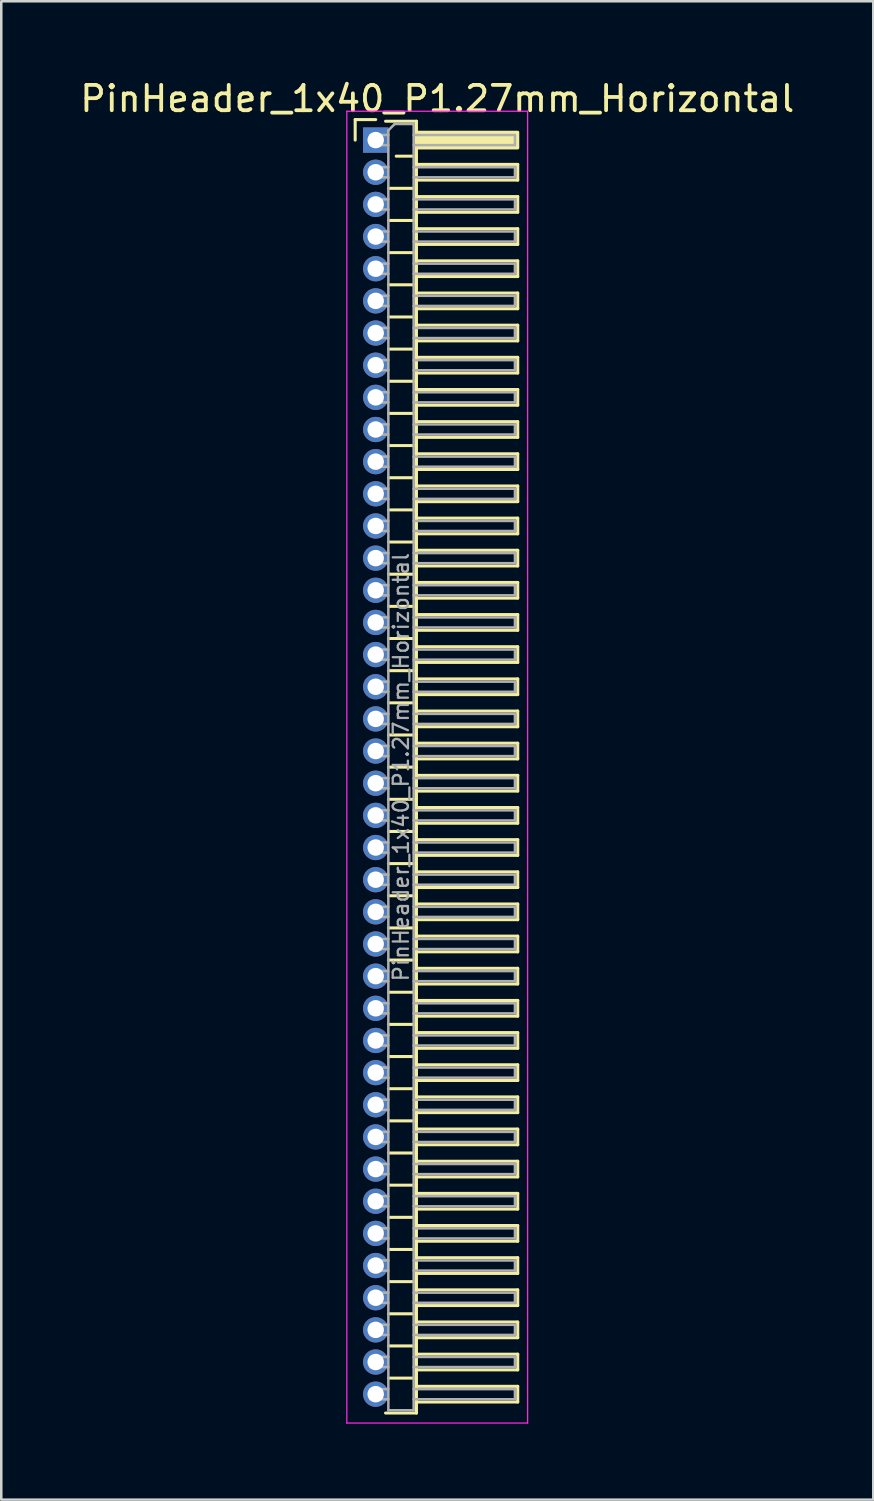
<source format=kicad_pcb>
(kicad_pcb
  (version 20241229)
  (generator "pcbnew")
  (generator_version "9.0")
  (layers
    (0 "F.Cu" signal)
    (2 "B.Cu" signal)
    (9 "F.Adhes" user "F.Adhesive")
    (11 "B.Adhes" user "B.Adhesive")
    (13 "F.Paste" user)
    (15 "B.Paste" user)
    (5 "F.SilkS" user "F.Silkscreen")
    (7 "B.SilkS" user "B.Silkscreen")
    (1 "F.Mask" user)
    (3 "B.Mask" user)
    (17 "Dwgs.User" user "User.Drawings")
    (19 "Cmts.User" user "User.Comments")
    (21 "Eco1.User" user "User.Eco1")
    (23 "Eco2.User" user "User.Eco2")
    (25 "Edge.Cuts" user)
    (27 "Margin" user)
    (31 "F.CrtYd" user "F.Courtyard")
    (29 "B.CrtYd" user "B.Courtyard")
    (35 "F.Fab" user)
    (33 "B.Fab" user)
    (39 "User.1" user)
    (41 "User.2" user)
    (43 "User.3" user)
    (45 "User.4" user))
  (footprint "PinHeader_1x40_P1.27mm_Horizontal"
    (layer "F.Cu")
    (at 11.788 2.483)
    (property "Reference" "PinHeader_1x40_P1.27mm_Horizontal" (at 2.433 -1.635 0) (layer "F.SilkS") (effects (font (size 1 1) (thickness 0.15))))
    (attr through_hole)
    (fp_line (start -0.81 -0.81) (end 0 -0.81) (stroke (width 0.12) (type solid)) (layer "F.SilkS"))
    (fp_line (start -0.81 0) (end -0.81 -0.81) (stroke (width 0.12) (type solid)) (layer "F.SilkS"))
    (fp_line (start 0.39 -0.745) (end 1.61 -0.745) (stroke (width 0.12) (type solid)) (layer "F.SilkS"))
    (fp_line (start 0.503 1.905) (end 1.61 1.905) (stroke (width 0.12) (type solid)) (layer "F.SilkS"))
    (fp_line (start 0.503 3.175) (end 1.61 3.175) (stroke (width 0.12) (type solid)) (layer "F.SilkS"))
    (fp_line (start 0.503 4.445) (end 1.61 4.445) (stroke (width 0.12) (type solid)) (layer "F.SilkS"))
    (fp_line (start 0.503 5.715) (end 1.61 5.715) (stroke (width 0.12) (type solid)) (layer "F.SilkS"))
    (fp_line (start 0.503 6.985) (end 1.61 6.985) (stroke (width 0.12) (type solid)) (layer "F.SilkS"))
    (fp_line (start 0.503 8.255) (end 1.61 8.255) (stroke (width 0.12) (type solid)) (layer "F.SilkS"))
    (fp_line (start 0.503 9.525) (end 1.61 9.525) (stroke (width 0.12) (type solid)) (layer "F.SilkS"))
    (fp_line (start 0.503 10.795) (end 1.61 10.795) (stroke (width 0.12) (type solid)) (layer "F.SilkS"))
    (fp_line (start 0.503 12.065) (end 1.61 12.065) (stroke (width 0.12) (type solid)) (layer "F.SilkS"))
    (fp_line (start 0.503 13.335) (end 1.61 13.335) (stroke (width 0.12) (type solid)) (layer "F.SilkS"))
    (fp_line (start 0.503 14.605) (end 1.61 14.605) (stroke (width 0.12) (type solid)) (layer "F.SilkS"))
    (fp_line (start 0.503 15.875) (end 1.61 15.875) (stroke (width 0.12) (type solid)) (layer "F.SilkS"))
    (fp_line (start 0.503 17.145) (end 1.61 17.145) (stroke (width 0.12) (type solid)) (layer "F.SilkS"))
    (fp_line (start 0.503 18.415) (end 1.61 18.415) (stroke (width 0.12) (type solid)) (layer "F.SilkS"))
    (fp_line (start 0.503 19.685) (end 1.61 19.685) (stroke (width 0.12) (type solid)) (layer "F.SilkS"))
    (fp_line (start 0.503 20.955) (end 1.61 20.955) (stroke (width 0.12) (type solid)) (layer "F.SilkS"))
    (fp_line (start 0.503 22.225) (end 1.61 22.225) (stroke (width 0.12) (type solid)) (layer "F.SilkS"))
    (fp_line (start 0.503 23.495) (end 1.61 23.495) (stroke (width 0.12) (type solid)) (layer "F.SilkS"))
    (fp_line (start 0.503 24.765) (end 1.61 24.765) (stroke (width 0.12) (type solid)) (layer "F.SilkS"))
    (fp_line (start 0.503 26.035) (end 1.61 26.035) (stroke (width 0.12) (type solid)) (layer "F.SilkS"))
    (fp_line (start 0.503 27.305) (end 1.61 27.305) (stroke (width 0.12) (type solid)) (layer "F.SilkS"))
    (fp_line (start 0.503 28.575) (end 1.61 28.575) (stroke (width 0.12) (type solid)) (layer "F.SilkS"))
    (fp_line (start 0.503 29.845) (end 1.61 29.845) (stroke (width 0.12) (type solid)) (layer "F.SilkS"))
    (fp_line (start 0.503 31.115) (end 1.61 31.115) (stroke (width 0.12) (type solid)) (layer "F.SilkS"))
    (fp_line (start 0.503 32.385) (end 1.61 32.385) (stroke (width 0.12) (type solid)) (layer "F.SilkS"))
    (fp_line (start 0.503 33.655) (end 1.61 33.655) (stroke (width 0.12) (type solid)) (layer "F.SilkS"))
    (fp_line (start 0.503 34.925) (end 1.61 34.925) (stroke (width 0.12) (type solid)) (layer "F.SilkS"))
    (fp_line (start 0.503 36.195) (end 1.61 36.195) (stroke (width 0.12) (type solid)) (layer "F.SilkS"))
    (fp_line (start 0.503 37.465) (end 1.61 37.465) (stroke (width 0.12) (type solid)) (layer "F.SilkS"))
    (fp_line (start 0.503 38.735) (end 1.61 38.735) (stroke (width 0.12) (type solid)) (layer "F.SilkS"))
    (fp_line (start 0.503 40.005) (end 1.61 40.005) (stroke (width 0.12) (type solid)) (layer "F.SilkS"))
    (fp_line (start 0.503 41.275) (end 1.61 41.275) (stroke (width 0.12) (type solid)) (layer "F.SilkS"))
    (fp_line (start 0.503 42.545) (end 1.61 42.545) (stroke (width 0.12) (type solid)) (layer "F.SilkS"))
    (fp_line (start 0.503 43.815) (end 1.61 43.815) (stroke (width 0.12) (type solid)) (layer "F.SilkS"))
    (fp_line (start 0.503 45.085) (end 1.61 45.085) (stroke (width 0.12) (type solid)) (layer "F.SilkS"))
    (fp_line (start 0.503 46.355) (end 1.61 46.355) (stroke (width 0.12) (type solid)) (layer "F.SilkS"))
    (fp_line (start 0.503 47.625) (end 1.61 47.625) (stroke (width 0.12) (type solid)) (layer "F.SilkS"))
    (fp_line (start 0.503 48.895) (end 1.61 48.895) (stroke (width 0.12) (type solid)) (layer "F.SilkS"))
    (fp_line (start 0.81 0.635) (end 1.61 0.635) (stroke (width 0.12) (type solid)) (layer "F.SilkS"))
    (fp_line (start 1.61 -0.745) (end 1.61 50.275) (stroke (width 0.12) (type solid)) (layer "F.SilkS"))
    (fp_line (start 1.61 0.96) (end 5.61 0.96) (stroke (width 0.12) (type solid)) (layer "F.SilkS"))
    (fp_line (start 1.61 2.23) (end 5.61 2.23) (stroke (width 0.12) (type solid)) (layer "F.SilkS"))
    (fp_line (start 1.61 3.5) (end 5.61 3.5) (stroke (width 0.12) (type solid)) (layer "F.SilkS"))
    (fp_line (start 1.61 4.77) (end 5.61 4.77) (stroke (width 0.12) (type solid)) (layer "F.SilkS"))
    (fp_line (start 1.61 6.04) (end 5.61 6.04) (stroke (width 0.12) (type solid)) (layer "F.SilkS"))
    (fp_line (start 1.61 7.31) (end 5.61 7.31) (stroke (width 0.12) (type solid)) (layer "F.SilkS"))
    (fp_line (start 1.61 8.58) (end 5.61 8.58) (stroke (width 0.12) (type solid)) (layer "F.SilkS"))
    (fp_line (start 1.61 9.85) (end 5.61 9.85) (stroke (width 0.12) (type solid)) (layer "F.SilkS"))
    (fp_line (start 1.61 11.12) (end 5.61 11.12) (stroke (width 0.12) (type solid)) (layer "F.SilkS"))
    (fp_line (start 1.61 12.39) (end 5.61 12.39) (stroke (width 0.12) (type solid)) (layer "F.SilkS"))
    (fp_line (start 1.61 13.66) (end 5.61 13.66) (stroke (width 0.12) (type solid)) (layer "F.SilkS"))
    (fp_line (start 1.61 14.93) (end 5.61 14.93) (stroke (width 0.12) (type solid)) (layer "F.SilkS"))
    (fp_line (start 1.61 16.2) (end 5.61 16.2) (stroke (width 0.12) (type solid)) (layer "F.SilkS"))
    (fp_line (start 1.61 17.47) (end 5.61 17.47) (stroke (width 0.12) (type solid)) (layer "F.SilkS"))
    (fp_line (start 1.61 18.74) (end 5.61 18.74) (stroke (width 0.12) (type solid)) (layer "F.SilkS"))
    (fp_line (start 1.61 20.01) (end 5.61 20.01) (stroke (width 0.12) (type solid)) (layer "F.SilkS"))
    (fp_line (start 1.61 21.28) (end 5.61 21.28) (stroke (width 0.12) (type solid)) (layer "F.SilkS"))
    (fp_line (start 1.61 22.55) (end 5.61 22.55) (stroke (width 0.12) (type solid)) (layer "F.SilkS"))
    (fp_line (start 1.61 23.82) (end 5.61 23.82) (stroke (width 0.12) (type solid)) (layer "F.SilkS"))
    (fp_line (start 1.61 25.09) (end 5.61 25.09) (stroke (width 0.12) (type solid)) (layer "F.SilkS"))
    (fp_line (start 1.61 26.36) (end 5.61 26.36) (stroke (width 0.12) (type solid)) (layer "F.SilkS"))
    (fp_line (start 1.61 27.63) (end 5.61 27.63) (stroke (width 0.12) (type solid)) (layer "F.SilkS"))
    (fp_line (start 1.61 28.9) (end 5.61 28.9) (stroke (width 0.12) (type solid)) (layer "F.SilkS"))
    (fp_line (start 1.61 30.17) (end 5.61 30.17) (stroke (width 0.12) (type solid)) (layer "F.SilkS"))
    (fp_line (start 1.61 31.44) (end 5.61 31.44) (stroke (width 0.12) (type solid)) (layer "F.SilkS"))
    (fp_line (start 1.61 32.71) (end 5.61 32.71) (stroke (width 0.12) (type solid)) (layer "F.SilkS"))
    (fp_line (start 1.61 33.98) (end 5.61 33.98) (stroke (width 0.12) (type solid)) (layer "F.SilkS"))
    (fp_line (start 1.61 35.25) (end 5.61 35.25) (stroke (width 0.12) (type solid)) (layer "F.SilkS"))
    (fp_line (start 1.61 36.52) (end 5.61 36.52) (stroke (width 0.12) (type solid)) (layer "F.SilkS"))
    (fp_line (start 1.61 37.79) (end 5.61 37.79) (stroke (width 0.12) (type solid)) (layer "F.SilkS"))
    (fp_line (start 1.61 39.06) (end 5.61 39.06) (stroke (width 0.12) (type solid)) (layer "F.SilkS"))
    (fp_line (start 1.61 40.33) (end 5.61 40.33) (stroke (width 0.12) (type solid)) (layer "F.SilkS"))
    (fp_line (start 1.61 41.6) (end 5.61 41.6) (stroke (width 0.12) (type solid)) (layer "F.SilkS"))
    (fp_line (start 1.61 42.87) (end 5.61 42.87) (stroke (width 0.12) (type solid)) (layer "F.SilkS"))
    (fp_line (start 1.61 44.14) (end 5.61 44.14) (stroke (width 0.12) (type solid)) (layer "F.SilkS"))
    (fp_line (start 1.61 45.41) (end 5.61 45.41) (stroke (width 0.12) (type solid)) (layer "F.SilkS"))
    (fp_line (start 1.61 46.68) (end 5.61 46.68) (stroke (width 0.12) (type solid)) (layer "F.SilkS"))
    (fp_line (start 1.61 47.95) (end 5.61 47.95) (stroke (width 0.12) (type solid)) (layer "F.SilkS"))
    (fp_line (start 1.61 49.22) (end 5.61 49.22) (stroke (width 0.12) (type solid)) (layer "F.SilkS"))
    (fp_line (start 1.61 50.275) (end 0.39 50.275) (stroke (width 0.12) (type solid)) (layer "F.SilkS"))
    (fp_line (start 5.61 0.96) (end 5.61 1.58) (stroke (width 0.12) (type solid)) (layer "F.SilkS"))
    (fp_line (start 5.61 1.58) (end 1.61 1.58) (stroke (width 0.12) (type solid)) (layer "F.SilkS"))
    (fp_line (start 5.61 2.23) (end 5.61 2.85) (stroke (width 0.12) (type solid)) (layer "F.SilkS"))
    (fp_line (start 5.61 2.85) (end 1.61 2.85) (stroke (width 0.12) (type solid)) (layer "F.SilkS"))
    (fp_line (start 5.61 3.5) (end 5.61 4.12) (stroke (width 0.12) (type solid)) (layer "F.SilkS"))
    (fp_line (start 5.61 4.12) (end 1.61 4.12) (stroke (width 0.12) (type solid)) (layer "F.SilkS"))
    (fp_line (start 5.61 4.77) (end 5.61 5.39) (stroke (width 0.12) (type solid)) (layer "F.SilkS"))
    (fp_line (start 5.61 5.39) (end 1.61 5.39) (stroke (width 0.12) (type solid)) (layer "F.SilkS"))
    (fp_line (start 5.61 6.04) (end 5.61 6.66) (stroke (width 0.12) (type solid)) (layer "F.SilkS"))
    (fp_line (start 5.61 6.66) (end 1.61 6.66) (stroke (width 0.12) (type solid)) (layer "F.SilkS"))
    (fp_line (start 5.61 7.31) (end 5.61 7.93) (stroke (width 0.12) (type solid)) (layer "F.SilkS"))
    (fp_line (start 5.61 7.93) (end 1.61 7.93) (stroke (width 0.12) (type solid)) (layer "F.SilkS"))
    (fp_line (start 5.61 8.58) (end 5.61 9.2) (stroke (width 0.12) (type solid)) (layer "F.SilkS"))
    (fp_line (start 5.61 9.2) (end 1.61 9.2) (stroke (width 0.12) (type solid)) (layer "F.SilkS"))
    (fp_line (start 5.61 9.85) (end 5.61 10.47) (stroke (width 0.12) (type solid)) (layer "F.SilkS"))
    (fp_line (start 5.61 10.47) (end 1.61 10.47) (stroke (width 0.12) (type solid)) (layer "F.SilkS"))
    (fp_line (start 5.61 11.12) (end 5.61 11.74) (stroke (width 0.12) (type solid)) (layer "F.SilkS"))
    (fp_line (start 5.61 11.74) (end 1.61 11.74) (stroke (width 0.12) (type solid)) (layer "F.SilkS"))
    (fp_line (start 5.61 12.39) (end 5.61 13.01) (stroke (width 0.12) (type solid)) (layer "F.SilkS"))
    (fp_line (start 5.61 13.01) (end 1.61 13.01) (stroke (width 0.12) (type solid)) (layer "F.SilkS"))
    (fp_line (start 5.61 13.66) (end 5.61 14.28) (stroke (width 0.12) (type solid)) (layer "F.SilkS"))
    (fp_line (start 5.61 14.28) (end 1.61 14.28) (stroke (width 0.12) (type solid)) (layer "F.SilkS"))
    (fp_line (start 5.61 14.93) (end 5.61 15.55) (stroke (width 0.12) (type solid)) (layer "F.SilkS"))
    (fp_line (start 5.61 15.55) (end 1.61 15.55) (stroke (width 0.12) (type solid)) (layer "F.SilkS"))
    (fp_line (start 5.61 16.2) (end 5.61 16.82) (stroke (width 0.12) (type solid)) (layer "F.SilkS"))
    (fp_line (start 5.61 16.82) (end 1.61 16.82) (stroke (width 0.12) (type solid)) (layer "F.SilkS"))
    (fp_line (start 5.61 17.47) (end 5.61 18.09) (stroke (width 0.12) (type solid)) (layer "F.SilkS"))
    (fp_line (start 5.61 18.09) (end 1.61 18.09) (stroke (width 0.12) (type solid)) (layer "F.SilkS"))
    (fp_line (start 5.61 18.74) (end 5.61 19.36) (stroke (width 0.12) (type solid)) (layer "F.SilkS"))
    (fp_line (start 5.61 19.36) (end 1.61 19.36) (stroke (width 0.12) (type solid)) (layer "F.SilkS"))
    (fp_line (start 5.61 20.01) (end 5.61 20.63) (stroke (width 0.12) (type solid)) (layer "F.SilkS"))
    (fp_line (start 5.61 20.63) (end 1.61 20.63) (stroke (width 0.12) (type solid)) (layer "F.SilkS"))
    (fp_line (start 5.61 21.28) (end 5.61 21.9) (stroke (width 0.12) (type solid)) (layer "F.SilkS"))
    (fp_line (start 5.61 21.9) (end 1.61 21.9) (stroke (width 0.12) (type solid)) (layer "F.SilkS"))
    (fp_line (start 5.61 22.55) (end 5.61 23.17) (stroke (width 0.12) (type solid)) (layer "F.SilkS"))
    (fp_line (start 5.61 23.17) (end 1.61 23.17) (stroke (width 0.12) (type solid)) (layer "F.SilkS"))
    (fp_line (start 5.61 23.82) (end 5.61 24.44) (stroke (width 0.12) (type solid)) (layer "F.SilkS"))
    (fp_line (start 5.61 24.44) (end 1.61 24.44) (stroke (width 0.12) (type solid)) (layer "F.SilkS"))
    (fp_line (start 5.61 25.09) (end 5.61 25.71) (stroke (width 0.12) (type solid)) (layer "F.SilkS"))
    (fp_line (start 5.61 25.71) (end 1.61 25.71) (stroke (width 0.12) (type solid)) (layer "F.SilkS"))
    (fp_line (start 5.61 26.36) (end 5.61 26.98) (stroke (width 0.12) (type solid)) (layer "F.SilkS"))
    (fp_line (start 5.61 26.98) (end 1.61 26.98) (stroke (width 0.12) (type solid)) (layer "F.SilkS"))
    (fp_line (start 5.61 27.63) (end 5.61 28.25) (stroke (width 0.12) (type solid)) (layer "F.SilkS"))
    (fp_line (start 5.61 28.25) (end 1.61 28.25) (stroke (width 0.12) (type solid)) (layer "F.SilkS"))
    (fp_line (start 5.61 28.9) (end 5.61 29.52) (stroke (width 0.12) (type solid)) (layer "F.SilkS"))
    (fp_line (start 5.61 29.52) (end 1.61 29.52) (stroke (width 0.12) (type solid)) (layer "F.SilkS"))
    (fp_line (start 5.61 30.17) (end 5.61 30.79) (stroke (width 0.12) (type solid)) (layer "F.SilkS"))
    (fp_line (start 5.61 30.79) (end 1.61 30.79) (stroke (width 0.12) (type solid)) (layer "F.SilkS"))
    (fp_line (start 5.61 31.44) (end 5.61 32.06) (stroke (width 0.12) (type solid)) (layer "F.SilkS"))
    (fp_line (start 5.61 32.06) (end 1.61 32.06) (stroke (width 0.12) (type solid)) (layer "F.SilkS"))
    (fp_line (start 5.61 32.71) (end 5.61 33.33) (stroke (width 0.12) (type solid)) (layer "F.SilkS"))
    (fp_line (start 5.61 33.33) (end 1.61 33.33) (stroke (width 0.12) (type solid)) (layer "F.SilkS"))
    (fp_line (start 5.61 33.98) (end 5.61 34.6) (stroke (width 0.12) (type solid)) (layer "F.SilkS"))
    (fp_line (start 5.61 34.6) (end 1.61 34.6) (stroke (width 0.12) (type solid)) (layer "F.SilkS"))
    (fp_line (start 5.61 35.25) (end 5.61 35.87) (stroke (width 0.12) (type solid)) (layer "F.SilkS"))
    (fp_line (start 5.61 35.87) (end 1.61 35.87) (stroke (width 0.12) (type solid)) (layer "F.SilkS"))
    (fp_line (start 5.61 36.52) (end 5.61 37.14) (stroke (width 0.12) (type solid)) (layer "F.SilkS"))
    (fp_line (start 5.61 37.14) (end 1.61 37.14) (stroke (width 0.12) (type solid)) (layer "F.SilkS"))
    (fp_line (start 5.61 37.79) (end 5.61 38.41) (stroke (width 0.12) (type solid)) (layer "F.SilkS"))
    (fp_line (start 5.61 38.41) (end 1.61 38.41) (stroke (width 0.12) (type solid)) (layer "F.SilkS"))
    (fp_line (start 5.61 39.06) (end 5.61 39.68) (stroke (width 0.12) (type solid)) (layer "F.SilkS"))
    (fp_line (start 5.61 39.68) (end 1.61 39.68) (stroke (width 0.12) (type solid)) (layer "F.SilkS"))
    (fp_line (start 5.61 40.33) (end 5.61 40.95) (stroke (width 0.12) (type solid)) (layer "F.SilkS"))
    (fp_line (start 5.61 40.95) (end 1.61 40.95) (stroke (width 0.12) (type solid)) (layer "F.SilkS"))
    (fp_line (start 5.61 41.6) (end 5.61 42.22) (stroke (width 0.12) (type solid)) (layer "F.SilkS"))
    (fp_line (start 5.61 42.22) (end 1.61 42.22) (stroke (width 0.12) (type solid)) (layer "F.SilkS"))
    (fp_line (start 5.61 42.87) (end 5.61 43.49) (stroke (width 0.12) (type solid)) (layer "F.SilkS"))
    (fp_line (start 5.61 43.49) (end 1.61 43.49) (stroke (width 0.12) (type solid)) (layer "F.SilkS"))
    (fp_line (start 5.61 44.14) (end 5.61 44.76) (stroke (width 0.12) (type solid)) (layer "F.SilkS"))
    (fp_line (start 5.61 44.76) (end 1.61 44.76) (stroke (width 0.12) (type solid)) (layer "F.SilkS"))
    (fp_line (start 5.61 45.41) (end 5.61 46.03) (stroke (width 0.12) (type solid)) (layer "F.SilkS"))
    (fp_line (start 5.61 46.03) (end 1.61 46.03) (stroke (width 0.12) (type solid)) (layer "F.SilkS"))
    (fp_line (start 5.61 46.68) (end 5.61 47.3) (stroke (width 0.12) (type solid)) (layer "F.SilkS"))
    (fp_line (start 5.61 47.3) (end 1.61 47.3) (stroke (width 0.12) (type solid)) (layer "F.SilkS"))
    (fp_line (start 5.61 47.95) (end 5.61 48.57) (stroke (width 0.12) (type solid)) (layer "F.SilkS"))
    (fp_line (start 5.61 48.57) (end 1.61 48.57) (stroke (width 0.12) (type solid)) (layer "F.SilkS"))
    (fp_line (start 5.61 49.22) (end 5.61 49.84) (stroke (width 0.12) (type solid)) (layer "F.SilkS"))
    (fp_line (start 5.61 49.84) (end 1.61 49.84) (stroke (width 0.12) (type solid)) (layer "F.SilkS"))
    (fp_rect (start 1.61 -0.31) (end 5.61 0.31) (stroke (width 0.12) (type solid)) (fill yes) (layer "F.SilkS"))
    (fp_line (start -1.14 -1.14) (end -1.14 50.67) (stroke (width 0.05) (type solid)) (layer "F.CrtYd"))
    (fp_line (start -1.14 50.67) (end 6 50.67) (stroke (width 0.05) (type solid)) (layer "F.CrtYd"))
    (fp_line (start 6 -1.14) (end -1.14 -1.14) (stroke (width 0.05) (type solid)) (layer "F.CrtYd"))
    (fp_line (start 6 50.67) (end 6 -1.14) (stroke (width 0.05) (type solid)) (layer "F.CrtYd"))
    (fp_line (start -0.2 -0.2) (end -0.2 0.2) (stroke (width 0.1) (type solid)) (layer "F.Fab"))
    (fp_line (start -0.2 -0.2) (end 0.5 -0.2) (stroke (width 0.1) (type solid)) (layer "F.Fab"))
    (fp_line (start -0.2 0.2) (end 0.5 0.2) (stroke (width 0.1) (type solid)) (layer "F.Fab"))
    (fp_line (start -0.2 1.07) (end -0.2 1.47) (stroke (width 0.1) (type solid)) (layer "F.Fab"))
    (fp_line (start -0.2 1.07) (end 0.5 1.07) (stroke (width 0.1) (type solid)) (layer "F.Fab"))
    (fp_line (start -0.2 1.47) (end 0.5 1.47) (stroke (width 0.1) (type solid)) (layer "F.Fab"))
    (fp_line (start -0.2 2.34) (end -0.2 2.74) (stroke (width 0.1) (type solid)) (layer "F.Fab"))
    (fp_line (start -0.2 2.34) (end 0.5 2.34) (stroke (width 0.1) (type solid)) (layer "F.Fab"))
    (fp_line (start -0.2 2.74) (end 0.5 2.74) (stroke (width 0.1) (type solid)) (layer "F.Fab"))
    (fp_line (start -0.2 3.61) (end -0.2 4.01) (stroke (width 0.1) (type solid)) (layer "F.Fab"))
    (fp_line (start -0.2 3.61) (end 0.5 3.61) (stroke (width 0.1) (type solid)) (layer "F.Fab"))
    (fp_line (start -0.2 4.01) (end 0.5 4.01) (stroke (width 0.1) (type solid)) (layer "F.Fab"))
    (fp_line (start -0.2 4.88) (end -0.2 5.28) (stroke (width 0.1) (type solid)) (layer "F.Fab"))
    (fp_line (start -0.2 4.88) (end 0.5 4.88) (stroke (width 0.1) (type solid)) (layer "F.Fab"))
    (fp_line (start -0.2 5.28) (end 0.5 5.28) (stroke (width 0.1) (type solid)) (layer "F.Fab"))
    (fp_line (start -0.2 6.15) (end -0.2 6.55) (stroke (width 0.1) (type solid)) (layer "F.Fab"))
    (fp_line (start -0.2 6.15) (end 0.5 6.15) (stroke (width 0.1) (type solid)) (layer "F.Fab"))
    (fp_line (start -0.2 6.55) (end 0.5 6.55) (stroke (width 0.1) (type solid)) (layer "F.Fab"))
    (fp_line (start -0.2 7.42) (end -0.2 7.82) (stroke (width 0.1) (type solid)) (layer "F.Fab"))
    (fp_line (start -0.2 7.42) (end 0.5 7.42) (stroke (width 0.1) (type solid)) (layer "F.Fab"))
    (fp_line (start -0.2 7.82) (end 0.5 7.82) (stroke (width 0.1) (type solid)) (layer "F.Fab"))
    (fp_line (start -0.2 8.69) (end -0.2 9.09) (stroke (width 0.1) (type solid)) (layer "F.Fab"))
    (fp_line (start -0.2 8.69) (end 0.5 8.69) (stroke (width 0.1) (type solid)) (layer "F.Fab"))
    (fp_line (start -0.2 9.09) (end 0.5 9.09) (stroke (width 0.1) (type solid)) (layer "F.Fab"))
    (fp_line (start -0.2 9.96) (end -0.2 10.36) (stroke (width 0.1) (type solid)) (layer "F.Fab"))
    (fp_line (start -0.2 9.96) (end 0.5 9.96) (stroke (width 0.1) (type solid)) (layer "F.Fab"))
    (fp_line (start -0.2 10.36) (end 0.5 10.36) (stroke (width 0.1) (type solid)) (layer "F.Fab"))
    (fp_line (start -0.2 11.23) (end -0.2 11.63) (stroke (width 0.1) (type solid)) (layer "F.Fab"))
    (fp_line (start -0.2 11.23) (end 0.5 11.23) (stroke (width 0.1) (type solid)) (layer "F.Fab"))
    (fp_line (start -0.2 11.63) (end 0.5 11.63) (stroke (width 0.1) (type solid)) (layer "F.Fab"))
    (fp_line (start -0.2 12.5) (end -0.2 12.9) (stroke (width 0.1) (type solid)) (layer "F.Fab"))
    (fp_line (start -0.2 12.5) (end 0.5 12.5) (stroke (width 0.1) (type solid)) (layer "F.Fab"))
    (fp_line (start -0.2 12.9) (end 0.5 12.9) (stroke (width 0.1) (type solid)) (layer "F.Fab"))
    (fp_line (start -0.2 13.77) (end -0.2 14.17) (stroke (width 0.1) (type solid)) (layer "F.Fab"))
    (fp_line (start -0.2 13.77) (end 0.5 13.77) (stroke (width 0.1) (type solid)) (layer "F.Fab"))
    (fp_line (start -0.2 14.17) (end 0.5 14.17) (stroke (width 0.1) (type solid)) (layer "F.Fab"))
    (fp_line (start -0.2 15.04) (end -0.2 15.44) (stroke (width 0.1) (type solid)) (layer "F.Fab"))
    (fp_line (start -0.2 15.04) (end 0.5 15.04) (stroke (width 0.1) (type solid)) (layer "F.Fab"))
    (fp_line (start -0.2 15.44) (end 0.5 15.44) (stroke (width 0.1) (type solid)) (layer "F.Fab"))
    (fp_line (start -0.2 16.31) (end -0.2 16.71) (stroke (width 0.1) (type solid)) (layer "F.Fab"))
    (fp_line (start -0.2 16.31) (end 0.5 16.31) (stroke (width 0.1) (type solid)) (layer "F.Fab"))
    (fp_line (start -0.2 16.71) (end 0.5 16.71) (stroke (width 0.1) (type solid)) (layer "F.Fab"))
    (fp_line (start -0.2 17.58) (end -0.2 17.98) (stroke (width 0.1) (type solid)) (layer "F.Fab"))
    (fp_line (start -0.2 17.58) (end 0.5 17.58) (stroke (width 0.1) (type solid)) (layer "F.Fab"))
    (fp_line (start -0.2 17.98) (end 0.5 17.98) (stroke (width 0.1) (type solid)) (layer "F.Fab"))
    (fp_line (start -0.2 18.85) (end -0.2 19.25) (stroke (width 0.1) (type solid)) (layer "F.Fab"))
    (fp_line (start -0.2 18.85) (end 0.5 18.85) (stroke (width 0.1) (type solid)) (layer "F.Fab"))
    (fp_line (start -0.2 19.25) (end 0.5 19.25) (stroke (width 0.1) (type solid)) (layer "F.Fab"))
    (fp_line (start -0.2 20.12) (end -0.2 20.52) (stroke (width 0.1) (type solid)) (layer "F.Fab"))
    (fp_line (start -0.2 20.12) (end 0.5 20.12) (stroke (width 0.1) (type solid)) (layer "F.Fab"))
    (fp_line (start -0.2 20.52) (end 0.5 20.52) (stroke (width 0.1) (type solid)) (layer "F.Fab"))
    (fp_line (start -0.2 21.39) (end -0.2 21.79) (stroke (width 0.1) (type solid)) (layer "F.Fab"))
    (fp_line (start -0.2 21.39) (end 0.5 21.39) (stroke (width 0.1) (type solid)) (layer "F.Fab"))
    (fp_line (start -0.2 21.79) (end 0.5 21.79) (stroke (width 0.1) (type solid)) (layer "F.Fab"))
    (fp_line (start -0.2 22.66) (end -0.2 23.06) (stroke (width 0.1) (type solid)) (layer "F.Fab"))
    (fp_line (start -0.2 22.66) (end 0.5 22.66) (stroke (width 0.1) (type solid)) (layer "F.Fab"))
    (fp_line (start -0.2 23.06) (end 0.5 23.06) (stroke (width 0.1) (type solid)) (layer "F.Fab"))
    (fp_line (start -0.2 23.93) (end -0.2 24.33) (stroke (width 0.1) (type solid)) (layer "F.Fab"))
    (fp_line (start -0.2 23.93) (end 0.5 23.93) (stroke (width 0.1) (type solid)) (layer "F.Fab"))
    (fp_line (start -0.2 24.33) (end 0.5 24.33) (stroke (width 0.1) (type solid)) (layer "F.Fab"))
    (fp_line (start -0.2 25.2) (end -0.2 25.6) (stroke (width 0.1) (type solid)) (layer "F.Fab"))
    (fp_line (start -0.2 25.2) (end 0.5 25.2) (stroke (width 0.1) (type solid)) (layer "F.Fab"))
    (fp_line (start -0.2 25.6) (end 0.5 25.6) (stroke (width 0.1) (type solid)) (layer "F.Fab"))
    (fp_line (start -0.2 26.47) (end -0.2 26.87) (stroke (width 0.1) (type solid)) (layer "F.Fab"))
    (fp_line (start -0.2 26.47) (end 0.5 26.47) (stroke (width 0.1) (type solid)) (layer "F.Fab"))
    (fp_line (start -0.2 26.87) (end 0.5 26.87) (stroke (width 0.1) (type solid)) (layer "F.Fab"))
    (fp_line (start -0.2 27.74) (end -0.2 28.14) (stroke (width 0.1) (type solid)) (layer "F.Fab"))
    (fp_line (start -0.2 27.74) (end 0.5 27.74) (stroke (width 0.1) (type solid)) (layer "F.Fab"))
    (fp_line (start -0.2 28.14) (end 0.5 28.14) (stroke (width 0.1) (type solid)) (layer "F.Fab"))
    (fp_line (start -0.2 29.01) (end -0.2 29.41) (stroke (width 0.1) (type solid)) (layer "F.Fab"))
    (fp_line (start -0.2 29.01) (end 0.5 29.01) (stroke (width 0.1) (type solid)) (layer "F.Fab"))
    (fp_line (start -0.2 29.41) (end 0.5 29.41) (stroke (width 0.1) (type solid)) (layer "F.Fab"))
    (fp_line (start -0.2 30.28) (end -0.2 30.68) (stroke (width 0.1) (type solid)) (layer "F.Fab"))
    (fp_line (start -0.2 30.28) (end 0.5 30.28) (stroke (width 0.1) (type solid)) (layer "F.Fab"))
    (fp_line (start -0.2 30.68) (end 0.5 30.68) (stroke (width 0.1) (type solid)) (layer "F.Fab"))
    (fp_line (start -0.2 31.55) (end -0.2 31.95) (stroke (width 0.1) (type solid)) (layer "F.Fab"))
    (fp_line (start -0.2 31.55) (end 0.5 31.55) (stroke (width 0.1) (type solid)) (layer "F.Fab"))
    (fp_line (start -0.2 31.95) (end 0.5 31.95) (stroke (width 0.1) (type solid)) (layer "F.Fab"))
    (fp_line (start -0.2 32.82) (end -0.2 33.22) (stroke (width 0.1) (type solid)) (layer "F.Fab"))
    (fp_line (start -0.2 32.82) (end 0.5 32.82) (stroke (width 0.1) (type solid)) (layer "F.Fab"))
    (fp_line (start -0.2 33.22) (end 0.5 33.22) (stroke (width 0.1) (type solid)) (layer "F.Fab"))
    (fp_line (start -0.2 34.09) (end -0.2 34.49) (stroke (width 0.1) (type solid)) (layer "F.Fab"))
    (fp_line (start -0.2 34.09) (end 0.5 34.09) (stroke (width 0.1) (type solid)) (layer "F.Fab"))
    (fp_line (start -0.2 34.49) (end 0.5 34.49) (stroke (width 0.1) (type solid)) (layer "F.Fab"))
    (fp_line (start -0.2 35.36) (end -0.2 35.76) (stroke (width 0.1) (type solid)) (layer "F.Fab"))
    (fp_line (start -0.2 35.36) (end 0.5 35.36) (stroke (width 0.1) (type solid)) (layer "F.Fab"))
    (fp_line (start -0.2 35.76) (end 0.5 35.76) (stroke (width 0.1) (type solid)) (layer "F.Fab"))
    (fp_line (start -0.2 36.63) (end -0.2 37.03) (stroke (width 0.1) (type solid)) (layer "F.Fab"))
    (fp_line (start -0.2 36.63) (end 0.5 36.63) (stroke (width 0.1) (type solid)) (layer "F.Fab"))
    (fp_line (start -0.2 37.03) (end 0.5 37.03) (stroke (width 0.1) (type solid)) (layer "F.Fab"))
    (fp_line (start -0.2 37.9) (end -0.2 38.3) (stroke (width 0.1) (type solid)) (layer "F.Fab"))
    (fp_line (start -0.2 37.9) (end 0.5 37.9) (stroke (width 0.1) (type solid)) (layer "F.Fab"))
    (fp_line (start -0.2 38.3) (end 0.5 38.3) (stroke (width 0.1) (type solid)) (layer "F.Fab"))
    (fp_line (start -0.2 39.17) (end -0.2 39.57) (stroke (width 0.1) (type solid)) (layer "F.Fab"))
    (fp_line (start -0.2 39.17) (end 0.5 39.17) (stroke (width 0.1) (type solid)) (layer "F.Fab"))
    (fp_line (start -0.2 39.57) (end 0.5 39.57) (stroke (width 0.1) (type solid)) (layer "F.Fab"))
    (fp_line (start -0.2 40.44) (end -0.2 40.84) (stroke (width 0.1) (type solid)) (layer "F.Fab"))
    (fp_line (start -0.2 40.44) (end 0.5 40.44) (stroke (width 0.1) (type solid)) (layer "F.Fab"))
    (fp_line (start -0.2 40.84) (end 0.5 40.84) (stroke (width 0.1) (type solid)) (layer "F.Fab"))
    (fp_line (start -0.2 41.71) (end -0.2 42.11) (stroke (width 0.1) (type solid)) (layer "F.Fab"))
    (fp_line (start -0.2 41.71) (end 0.5 41.71) (stroke (width 0.1) (type solid)) (layer "F.Fab"))
    (fp_line (start -0.2 42.11) (end 0.5 42.11) (stroke (width 0.1) (type solid)) (layer "F.Fab"))
    (fp_line (start -0.2 42.98) (end -0.2 43.38) (stroke (width 0.1) (type solid)) (layer "F.Fab"))
    (fp_line (start -0.2 42.98) (end 0.5 42.98) (stroke (width 0.1) (type solid)) (layer "F.Fab"))
    (fp_line (start -0.2 43.38) (end 0.5 43.38) (stroke (width 0.1) (type solid)) (layer "F.Fab"))
    (fp_line (start -0.2 44.25) (end -0.2 44.65) (stroke (width 0.1) (type solid)) (layer "F.Fab"))
    (fp_line (start -0.2 44.25) (end 0.5 44.25) (stroke (width 0.1) (type solid)) (layer "F.Fab"))
    (fp_line (start -0.2 44.65) (end 0.5 44.65) (stroke (width 0.1) (type solid)) (layer "F.Fab"))
    (fp_line (start -0.2 45.52) (end -0.2 45.92) (stroke (width 0.1) (type solid)) (layer "F.Fab"))
    (fp_line (start -0.2 45.52) (end 0.5 45.52) (stroke (width 0.1) (type solid)) (layer "F.Fab"))
    (fp_line (start -0.2 45.92) (end 0.5 45.92) (stroke (width 0.1) (type solid)) (layer "F.Fab"))
    (fp_line (start -0.2 46.79) (end -0.2 47.19) (stroke (width 0.1) (type solid)) (layer "F.Fab"))
    (fp_line (start -0.2 46.79) (end 0.5 46.79) (stroke (width 0.1) (type solid)) (layer "F.Fab"))
    (fp_line (start -0.2 47.19) (end 0.5 47.19) (stroke (width 0.1) (type solid)) (layer "F.Fab"))
    (fp_line (start -0.2 48.06) (end -0.2 48.46) (stroke (width 0.1) (type solid)) (layer "F.Fab"))
    (fp_line (start -0.2 48.06) (end 0.5 48.06) (stroke (width 0.1) (type solid)) (layer "F.Fab"))
    (fp_line (start -0.2 48.46) (end 0.5 48.46) (stroke (width 0.1) (type solid)) (layer "F.Fab"))
    (fp_line (start -0.2 49.33) (end -0.2 49.73) (stroke (width 0.1) (type solid)) (layer "F.Fab"))
    (fp_line (start -0.2 49.33) (end 0.5 49.33) (stroke (width 0.1) (type solid)) (layer "F.Fab"))
    (fp_line (start -0.2 49.73) (end 0.5 49.73) (stroke (width 0.1) (type solid)) (layer "F.Fab"))
    (fp_line (start 0.5 -0.385) (end 0.75 -0.635) (stroke (width 0.1) (type solid)) (layer "F.Fab"))
    (fp_line (start 0.5 50.165) (end 0.5 -0.385) (stroke (width 0.1) (type solid)) (layer "F.Fab"))
    (fp_line (start 0.75 -0.635) (end 1.5 -0.635) (stroke (width 0.1) (type solid)) (layer "F.Fab"))
    (fp_line (start 1.5 -0.635) (end 1.5 50.165) (stroke (width 0.1) (type solid)) (layer "F.Fab"))
    (fp_line (start 1.5 -0.2) (end 5.5 -0.2) (stroke (width 0.1) (type solid)) (layer "F.Fab"))
    (fp_line (start 1.5 0.2) (end 5.5 0.2) (stroke (width 0.1) (type solid)) (layer "F.Fab"))
    (fp_line (start 1.5 1.07) (end 5.5 1.07) (stroke (width 0.1) (type solid)) (layer "F.Fab"))
    (fp_line (start 1.5 1.47) (end 5.5 1.47) (stroke (width 0.1) (type solid)) (layer "F.Fab"))
    (fp_line (start 1.5 2.34) (end 5.5 2.34) (stroke (width 0.1) (type solid)) (layer "F.Fab"))
    (fp_line (start 1.5 2.74) (end 5.5 2.74) (stroke (width 0.1) (type solid)) (layer "F.Fab"))
    (fp_line (start 1.5 3.61) (end 5.5 3.61) (stroke (width 0.1) (type solid)) (layer "F.Fab"))
    (fp_line (start 1.5 4.01) (end 5.5 4.01) (stroke (width 0.1) (type solid)) (layer "F.Fab"))
    (fp_line (start 1.5 4.88) (end 5.5 4.88) (stroke (width 0.1) (type solid)) (layer "F.Fab"))
    (fp_line (start 1.5 5.28) (end 5.5 5.28) (stroke (width 0.1) (type solid)) (layer "F.Fab"))
    (fp_line (start 1.5 6.15) (end 5.5 6.15) (stroke (width 0.1) (type solid)) (layer "F.Fab"))
    (fp_line (start 1.5 6.55) (end 5.5 6.55) (stroke (width 0.1) (type solid)) (layer "F.Fab"))
    (fp_line (start 1.5 7.42) (end 5.5 7.42) (stroke (width 0.1) (type solid)) (layer "F.Fab"))
    (fp_line (start 1.5 7.82) (end 5.5 7.82) (stroke (width 0.1) (type solid)) (layer "F.Fab"))
    (fp_line (start 1.5 8.69) (end 5.5 8.69) (stroke (width 0.1) (type solid)) (layer "F.Fab"))
    (fp_line (start 1.5 9.09) (end 5.5 9.09) (stroke (width 0.1) (type solid)) (layer "F.Fab"))
    (fp_line (start 1.5 9.96) (end 5.5 9.96) (stroke (width 0.1) (type solid)) (layer "F.Fab"))
    (fp_line (start 1.5 10.36) (end 5.5 10.36) (stroke (width 0.1) (type solid)) (layer "F.Fab"))
    (fp_line (start 1.5 11.23) (end 5.5 11.23) (stroke (width 0.1) (type solid)) (layer "F.Fab"))
    (fp_line (start 1.5 11.63) (end 5.5 11.63) (stroke (width 0.1) (type solid)) (layer "F.Fab"))
    (fp_line (start 1.5 12.5) (end 5.5 12.5) (stroke (width 0.1) (type solid)) (layer "F.Fab"))
    (fp_line (start 1.5 12.9) (end 5.5 12.9) (stroke (width 0.1) (type solid)) (layer "F.Fab"))
    (fp_line (start 1.5 13.77) (end 5.5 13.77) (stroke (width 0.1) (type solid)) (layer "F.Fab"))
    (fp_line (start 1.5 14.17) (end 5.5 14.17) (stroke (width 0.1) (type solid)) (layer "F.Fab"))
    (fp_line (start 1.5 15.04) (end 5.5 15.04) (stroke (width 0.1) (type solid)) (layer "F.Fab"))
    (fp_line (start 1.5 15.44) (end 5.5 15.44) (stroke (width 0.1) (type solid)) (layer "F.Fab"))
    (fp_line (start 1.5 16.31) (end 5.5 16.31) (stroke (width 0.1) (type solid)) (layer "F.Fab"))
    (fp_line (start 1.5 16.71) (end 5.5 16.71) (stroke (width 0.1) (type solid)) (layer "F.Fab"))
    (fp_line (start 1.5 17.58) (end 5.5 17.58) (stroke (width 0.1) (type solid)) (layer "F.Fab"))
    (fp_line (start 1.5 17.98) (end 5.5 17.98) (stroke (width 0.1) (type solid)) (layer "F.Fab"))
    (fp_line (start 1.5 18.85) (end 5.5 18.85) (stroke (width 0.1) (type solid)) (layer "F.Fab"))
    (fp_line (start 1.5 19.25) (end 5.5 19.25) (stroke (width 0.1) (type solid)) (layer "F.Fab"))
    (fp_line (start 1.5 20.12) (end 5.5 20.12) (stroke (width 0.1) (type solid)) (layer "F.Fab"))
    (fp_line (start 1.5 20.52) (end 5.5 20.52) (stroke (width 0.1) (type solid)) (layer "F.Fab"))
    (fp_line (start 1.5 21.39) (end 5.5 21.39) (stroke (width 0.1) (type solid)) (layer "F.Fab"))
    (fp_line (start 1.5 21.79) (end 5.5 21.79) (stroke (width 0.1) (type solid)) (layer "F.Fab"))
    (fp_line (start 1.5 22.66) (end 5.5 22.66) (stroke (width 0.1) (type solid)) (layer "F.Fab"))
    (fp_line (start 1.5 23.06) (end 5.5 23.06) (stroke (width 0.1) (type solid)) (layer "F.Fab"))
    (fp_line (start 1.5 23.93) (end 5.5 23.93) (stroke (width 0.1) (type solid)) (layer "F.Fab"))
    (fp_line (start 1.5 24.33) (end 5.5 24.33) (stroke (width 0.1) (type solid)) (layer "F.Fab"))
    (fp_line (start 1.5 25.2) (end 5.5 25.2) (stroke (width 0.1) (type solid)) (layer "F.Fab"))
    (fp_line (start 1.5 25.6) (end 5.5 25.6) (stroke (width 0.1) (type solid)) (layer "F.Fab"))
    (fp_line (start 1.5 26.47) (end 5.5 26.47) (stroke (width 0.1) (type solid)) (layer "F.Fab"))
    (fp_line (start 1.5 26.87) (end 5.5 26.87) (stroke (width 0.1) (type solid)) (layer "F.Fab"))
    (fp_line (start 1.5 27.74) (end 5.5 27.74) (stroke (width 0.1) (type solid)) (layer "F.Fab"))
    (fp_line (start 1.5 28.14) (end 5.5 28.14) (stroke (width 0.1) (type solid)) (layer "F.Fab"))
    (fp_line (start 1.5 29.01) (end 5.5 29.01) (stroke (width 0.1) (type solid)) (layer "F.Fab"))
    (fp_line (start 1.5 29.41) (end 5.5 29.41) (stroke (width 0.1) (type solid)) (layer "F.Fab"))
    (fp_line (start 1.5 30.28) (end 5.5 30.28) (stroke (width 0.1) (type solid)) (layer "F.Fab"))
    (fp_line (start 1.5 30.68) (end 5.5 30.68) (stroke (width 0.1) (type solid)) (layer "F.Fab"))
    (fp_line (start 1.5 31.55) (end 5.5 31.55) (stroke (width 0.1) (type solid)) (layer "F.Fab"))
    (fp_line (start 1.5 31.95) (end 5.5 31.95) (stroke (width 0.1) (type solid)) (layer "F.Fab"))
    (fp_line (start 1.5 32.82) (end 5.5 32.82) (stroke (width 0.1) (type solid)) (layer "F.Fab"))
    (fp_line (start 1.5 33.22) (end 5.5 33.22) (stroke (width 0.1) (type solid)) (layer "F.Fab"))
    (fp_line (start 1.5 34.09) (end 5.5 34.09) (stroke (width 0.1) (type solid)) (layer "F.Fab"))
    (fp_line (start 1.5 34.49) (end 5.5 34.49) (stroke (width 0.1) (type solid)) (layer "F.Fab"))
    (fp_line (start 1.5 35.36) (end 5.5 35.36) (stroke (width 0.1) (type solid)) (layer "F.Fab"))
    (fp_line (start 1.5 35.76) (end 5.5 35.76) (stroke (width 0.1) (type solid)) (layer "F.Fab"))
    (fp_line (start 1.5 36.63) (end 5.5 36.63) (stroke (width 0.1) (type solid)) (layer "F.Fab"))
    (fp_line (start 1.5 37.03) (end 5.5 37.03) (stroke (width 0.1) (type solid)) (layer "F.Fab"))
    (fp_line (start 1.5 37.9) (end 5.5 37.9) (stroke (width 0.1) (type solid)) (layer "F.Fab"))
    (fp_line (start 1.5 38.3) (end 5.5 38.3) (stroke (width 0.1) (type solid)) (layer "F.Fab"))
    (fp_line (start 1.5 39.17) (end 5.5 39.17) (stroke (width 0.1) (type solid)) (layer "F.Fab"))
    (fp_line (start 1.5 39.57) (end 5.5 39.57) (stroke (width 0.1) (type solid)) (layer "F.Fab"))
    (fp_line (start 1.5 40.44) (end 5.5 40.44) (stroke (width 0.1) (type solid)) (layer "F.Fab"))
    (fp_line (start 1.5 40.84) (end 5.5 40.84) (stroke (width 0.1) (type solid)) (layer "F.Fab"))
    (fp_line (start 1.5 41.71) (end 5.5 41.71) (stroke (width 0.1) (type solid)) (layer "F.Fab"))
    (fp_line (start 1.5 42.11) (end 5.5 42.11) (stroke (width 0.1) (type solid)) (layer "F.Fab"))
    (fp_line (start 1.5 42.98) (end 5.5 42.98) (stroke (width 0.1) (type solid)) (layer "F.Fab"))
    (fp_line (start 1.5 43.38) (end 5.5 43.38) (stroke (width 0.1) (type solid)) (layer "F.Fab"))
    (fp_line (start 1.5 44.25) (end 5.5 44.25) (stroke (width 0.1) (type solid)) (layer "F.Fab"))
    (fp_line (start 1.5 44.65) (end 5.5 44.65) (stroke (width 0.1) (type solid)) (layer "F.Fab"))
    (fp_line (start 1.5 45.52) (end 5.5 45.52) (stroke (width 0.1) (type solid)) (layer "F.Fab"))
    (fp_line (start 1.5 45.92) (end 5.5 45.92) (stroke (width 0.1) (type solid)) (layer "F.Fab"))
    (fp_line (start 1.5 46.79) (end 5.5 46.79) (stroke (width 0.1) (type solid)) (layer "F.Fab"))
    (fp_line (start 1.5 47.19) (end 5.5 47.19) (stroke (width 0.1) (type solid)) (layer "F.Fab"))
    (fp_line (start 1.5 48.06) (end 5.5 48.06) (stroke (width 0.1) (type solid)) (layer "F.Fab"))
    (fp_line (start 1.5 48.46) (end 5.5 48.46) (stroke (width 0.1) (type solid)) (layer "F.Fab"))
    (fp_line (start 1.5 49.33) (end 5.5 49.33) (stroke (width 0.1) (type solid)) (layer "F.Fab"))
    (fp_line (start 1.5 49.73) (end 5.5 49.73) (stroke (width 0.1) (type solid)) (layer "F.Fab"))
    (fp_line (start 1.5 50.165) (end 0.5 50.165) (stroke (width 0.1) (type solid)) (layer "F.Fab"))
    (fp_line (start 5.5 -0.2) (end 5.5 0.2) (stroke (width 0.1) (type solid)) (layer "F.Fab"))
    (fp_line (start 5.5 1.07) (end 5.5 1.47) (stroke (width 0.1) (type solid)) (layer "F.Fab"))
    (fp_line (start 5.5 2.34) (end 5.5 2.74) (stroke (width 0.1) (type solid)) (layer "F.Fab"))
    (fp_line (start 5.5 3.61) (end 5.5 4.01) (stroke (width 0.1) (type solid)) (layer "F.Fab"))
    (fp_line (start 5.5 4.88) (end 5.5 5.28) (stroke (width 0.1) (type solid)) (layer "F.Fab"))
    (fp_line (start 5.5 6.15) (end 5.5 6.55) (stroke (width 0.1) (type solid)) (layer "F.Fab"))
    (fp_line (start 5.5 7.42) (end 5.5 7.82) (stroke (width 0.1) (type solid)) (layer "F.Fab"))
    (fp_line (start 5.5 8.69) (end 5.5 9.09) (stroke (width 0.1) (type solid)) (layer "F.Fab"))
    (fp_line (start 5.5 9.96) (end 5.5 10.36) (stroke (width 0.1) (type solid)) (layer "F.Fab"))
    (fp_line (start 5.5 11.23) (end 5.5 11.63) (stroke (width 0.1) (type solid)) (layer "F.Fab"))
    (fp_line (start 5.5 12.5) (end 5.5 12.9) (stroke (width 0.1) (type solid)) (layer "F.Fab"))
    (fp_line (start 5.5 13.77) (end 5.5 14.17) (stroke (width 0.1) (type solid)) (layer "F.Fab"))
    (fp_line (start 5.5 15.04) (end 5.5 15.44) (stroke (width 0.1) (type solid)) (layer "F.Fab"))
    (fp_line (start 5.5 16.31) (end 5.5 16.71) (stroke (width 0.1) (type solid)) (layer "F.Fab"))
    (fp_line (start 5.5 17.58) (end 5.5 17.98) (stroke (width 0.1) (type solid)) (layer "F.Fab"))
    (fp_line (start 5.5 18.85) (end 5.5 19.25) (stroke (width 0.1) (type solid)) (layer "F.Fab"))
    (fp_line (start 5.5 20.12) (end 5.5 20.52) (stroke (width 0.1) (type solid)) (layer "F.Fab"))
    (fp_line (start 5.5 21.39) (end 5.5 21.79) (stroke (width 0.1) (type solid)) (layer "F.Fab"))
    (fp_line (start 5.5 22.66) (end 5.5 23.06) (stroke (width 0.1) (type solid)) (layer "F.Fab"))
    (fp_line (start 5.5 23.93) (end 5.5 24.33) (stroke (width 0.1) (type solid)) (layer "F.Fab"))
    (fp_line (start 5.5 25.2) (end 5.5 25.6) (stroke (width 0.1) (type solid)) (layer "F.Fab"))
    (fp_line (start 5.5 26.47) (end 5.5 26.87) (stroke (width 0.1) (type solid)) (layer "F.Fab"))
    (fp_line (start 5.5 27.74) (end 5.5 28.14) (stroke (width 0.1) (type solid)) (layer "F.Fab"))
    (fp_line (start 5.5 29.01) (end 5.5 29.41) (stroke (width 0.1) (type solid)) (layer "F.Fab"))
    (fp_line (start 5.5 30.28) (end 5.5 30.68) (stroke (width 0.1) (type solid)) (layer "F.Fab"))
    (fp_line (start 5.5 31.55) (end 5.5 31.95) (stroke (width 0.1) (type solid)) (layer "F.Fab"))
    (fp_line (start 5.5 32.82) (end 5.5 33.22) (stroke (width 0.1) (type solid)) (layer "F.Fab"))
    (fp_line (start 5.5 34.09) (end 5.5 34.49) (stroke (width 0.1) (type solid)) (layer "F.Fab"))
    (fp_line (start 5.5 35.36) (end 5.5 35.76) (stroke (width 0.1) (type solid)) (layer "F.Fab"))
    (fp_line (start 5.5 36.63) (end 5.5 37.03) (stroke (width 0.1) (type solid)) (layer "F.Fab"))
    (fp_line (start 5.5 37.9) (end 5.5 38.3) (stroke (width 0.1) (type solid)) (layer "F.Fab"))
    (fp_line (start 5.5 39.17) (end 5.5 39.57) (stroke (width 0.1) (type solid)) (layer "F.Fab"))
    (fp_line (start 5.5 40.44) (end 5.5 40.84) (stroke (width 0.1) (type solid)) (layer "F.Fab"))
    (fp_line (start 5.5 41.71) (end 5.5 42.11) (stroke (width 0.1) (type solid)) (layer "F.Fab"))
    (fp_line (start 5.5 42.98) (end 5.5 43.38) (stroke (width 0.1) (type solid)) (layer "F.Fab"))
    (fp_line (start 5.5 44.25) (end 5.5 44.65) (stroke (width 0.1) (type solid)) (layer "F.Fab"))
    (fp_line (start 5.5 45.52) (end 5.5 45.92) (stroke (width 0.1) (type solid)) (layer "F.Fab"))
    (fp_line (start 5.5 46.79) (end 5.5 47.19) (stroke (width 0.1) (type solid)) (layer "F.Fab"))
    (fp_line (start 5.5 48.06) (end 5.5 48.46) (stroke (width 0.1) (type solid)) (layer "F.Fab"))
    (fp_line (start 5.5 49.33) (end 5.5 49.73) (stroke (width 0.1) (type solid)) (layer "F.Fab"))
    (fp_text user "${REFERENCE}" (at 1 24.765 90) (layer "F.Fab") (effects (font (size 0.6 0.6) (thickness 0.09))))
    (pad "1" thru_hole rect (at 0 0) (size 1 1) (drill 0.65) (layers "*.Cu" "*.Mask"))
    (pad "2" thru_hole circle (at 0 1.27) (size 1 1) (drill 0.65) (layers "*.Cu" "*.Mask"))
    (pad "3" thru_hole circle (at 0 2.54) (size 1 1) (drill 0.65) (layers "*.Cu" "*.Mask"))
    (pad "4" thru_hole circle (at 0 3.81) (size 1 1) (drill 0.65) (layers "*.Cu" "*.Mask"))
    (pad "5" thru_hole circle (at 0 5.08) (size 1 1) (drill 0.65) (layers "*.Cu" "*.Mask"))
    (pad "6" thru_hole circle (at 0 6.35) (size 1 1) (drill 0.65) (layers "*.Cu" "*.Mask"))
    (pad "7" thru_hole circle (at 0 7.62) (size 1 1) (drill 0.65) (layers "*.Cu" "*.Mask"))
    (pad "8" thru_hole circle (at 0 8.89) (size 1 1) (drill 0.65) (layers "*.Cu" "*.Mask"))
    (pad "9" thru_hole circle (at 0 10.16) (size 1 1) (drill 0.65) (layers "*.Cu" "*.Mask"))
    (pad "10" thru_hole circle (at 0 11.43) (size 1 1) (drill 0.65) (layers "*.Cu" "*.Mask"))
    (pad "11" thru_hole circle (at 0 12.7) (size 1 1) (drill 0.65) (layers "*.Cu" "*.Mask"))
    (pad "12" thru_hole circle (at 0 13.97) (size 1 1) (drill 0.65) (layers "*.Cu" "*.Mask"))
    (pad "13" thru_hole circle (at 0 15.24) (size 1 1) (drill 0.65) (layers "*.Cu" "*.Mask"))
    (pad "14" thru_hole circle (at 0 16.51) (size 1 1) (drill 0.65) (layers "*.Cu" "*.Mask"))
    (pad "15" thru_hole circle (at 0 17.78) (size 1 1) (drill 0.65) (layers "*.Cu" "*.Mask"))
    (pad "16" thru_hole circle (at 0 19.05) (size 1 1) (drill 0.65) (layers "*.Cu" "*.Mask"))
    (pad "17" thru_hole circle (at 0 20.32) (size 1 1) (drill 0.65) (layers "*.Cu" "*.Mask"))
    (pad "18" thru_hole circle (at 0 21.59) (size 1 1) (drill 0.65) (layers "*.Cu" "*.Mask"))
    (pad "19" thru_hole circle (at 0 22.86) (size 1 1) (drill 0.65) (layers "*.Cu" "*.Mask"))
    (pad "20" thru_hole circle (at 0 24.13) (size 1 1) (drill 0.65) (layers "*.Cu" "*.Mask"))
    (pad "21" thru_hole circle (at 0 25.4) (size 1 1) (drill 0.65) (layers "*.Cu" "*.Mask"))
    (pad "22" thru_hole circle (at 0 26.67) (size 1 1) (drill 0.65) (layers "*.Cu" "*.Mask"))
    (pad "23" thru_hole circle (at 0 27.94) (size 1 1) (drill 0.65) (layers "*.Cu" "*.Mask"))
    (pad "24" thru_hole circle (at 0 29.21) (size 1 1) (drill 0.65) (layers "*.Cu" "*.Mask"))
    (pad "25" thru_hole circle (at 0 30.48) (size 1 1) (drill 0.65) (layers "*.Cu" "*.Mask"))
    (pad "26" thru_hole circle (at 0 31.75) (size 1 1) (drill 0.65) (layers "*.Cu" "*.Mask"))
    (pad "27" thru_hole circle (at 0 33.02) (size 1 1) (drill 0.65) (layers "*.Cu" "*.Mask"))
    (pad "28" thru_hole circle (at 0 34.29) (size 1 1) (drill 0.65) (layers "*.Cu" "*.Mask"))
    (pad "29" thru_hole circle (at 0 35.56) (size 1 1) (drill 0.65) (layers "*.Cu" "*.Mask"))
    (pad "30" thru_hole circle (at 0 36.83) (size 1 1) (drill 0.65) (layers "*.Cu" "*.Mask"))
    (pad "31" thru_hole circle (at 0 38.1) (size 1 1) (drill 0.65) (layers "*.Cu" "*.Mask"))
    (pad "32" thru_hole circle (at 0 39.37) (size 1 1) (drill 0.65) (layers "*.Cu" "*.Mask"))
    (pad "33" thru_hole circle (at 0 40.64) (size 1 1) (drill 0.65) (layers "*.Cu" "*.Mask"))
    (pad "34" thru_hole circle (at 0 41.91) (size 1 1) (drill 0.65) (layers "*.Cu" "*.Mask"))
    (pad "35" thru_hole circle (at 0 43.18) (size 1 1) (drill 0.65) (layers "*.Cu" "*.Mask"))
    (pad "36" thru_hole circle (at 0 44.45) (size 1 1) (drill 0.65) (layers "*.Cu" "*.Mask"))
    (pad "37" thru_hole circle (at 0 45.72) (size 1 1) (drill 0.65) (layers "*.Cu" "*.Mask"))
    (pad "38" thru_hole circle (at 0 46.99) (size 1 1) (drill 0.65) (layers "*.Cu" "*.Mask"))
    (pad "39" thru_hole circle (at 0 48.26) (size 1 1) (drill 0.65) (layers "*.Cu" "*.Mask"))
    (pad "40" thru_hole circle (at 0 49.53) (size 1 1) (drill 0.65) (layers "*.Cu" "*.Mask")))
  (gr_rect
    (start -3 -3)
    (end 31.44 56.178)
    (stroke (width 0.1) (type default))
    (fill no)
    (layer "Edge.Cuts")))
</source>
